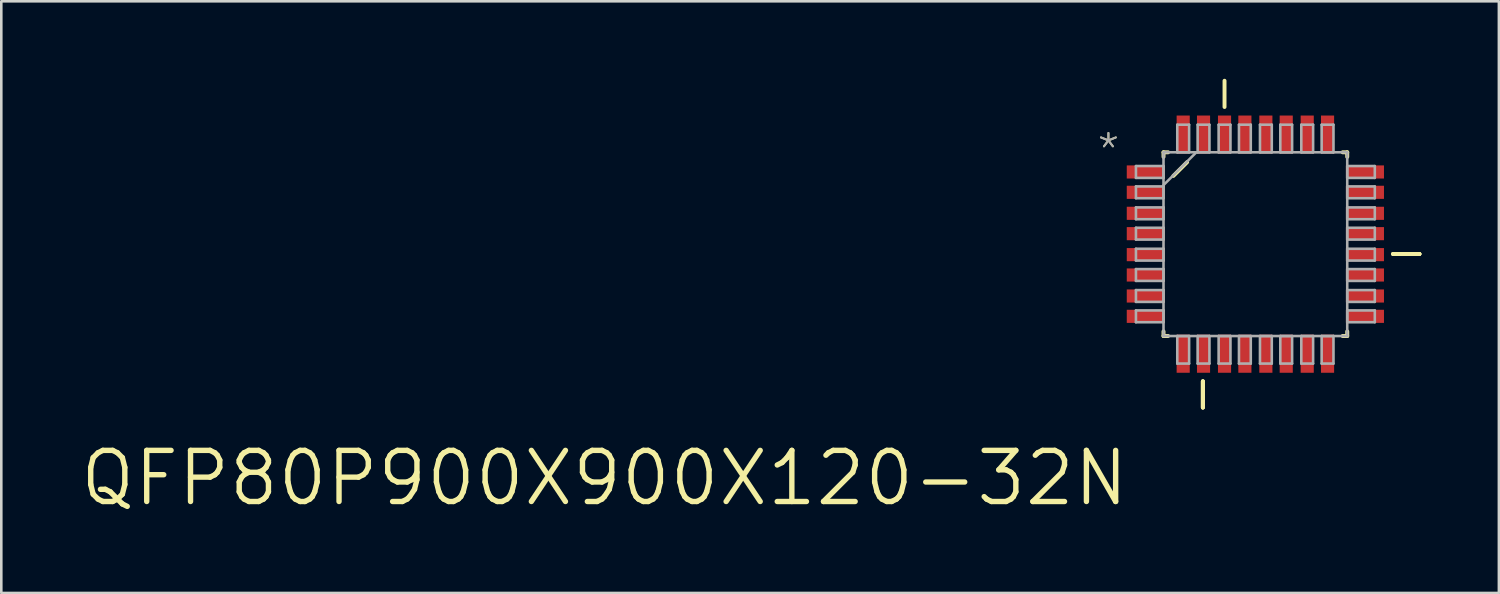
<source format=kicad_pcb>
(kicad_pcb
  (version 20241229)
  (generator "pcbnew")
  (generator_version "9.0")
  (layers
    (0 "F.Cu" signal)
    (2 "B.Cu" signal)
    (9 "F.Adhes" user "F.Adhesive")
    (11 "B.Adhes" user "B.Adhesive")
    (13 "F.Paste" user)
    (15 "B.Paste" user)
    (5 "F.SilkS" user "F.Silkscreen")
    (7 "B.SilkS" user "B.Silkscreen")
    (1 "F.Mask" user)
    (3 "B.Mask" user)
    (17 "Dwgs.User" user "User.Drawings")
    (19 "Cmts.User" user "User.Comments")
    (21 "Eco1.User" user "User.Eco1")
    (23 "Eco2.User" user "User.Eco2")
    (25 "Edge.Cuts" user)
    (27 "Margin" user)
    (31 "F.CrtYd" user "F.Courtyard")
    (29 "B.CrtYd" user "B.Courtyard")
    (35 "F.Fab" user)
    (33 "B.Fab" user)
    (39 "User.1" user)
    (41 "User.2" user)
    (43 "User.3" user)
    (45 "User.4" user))
  (footprint "QFP80P900X900X120-32N"
    (layer "F.Cu")
    (at 45.545 6.401)
    (property "Reference" "QFP80P900X900X120-32N" (at -4.801 7.899 0) (layer "F.SilkS") (effects (font (size 1.979 1.979) (thickness 0.208)) (justify right top)))
    (attr through_hole)
    (fp_line (start -3.556 -3.556) (end -3.556 -3.378) (stroke (width 0.152) (type solid)) (layer "F.SilkS"))
    (fp_line (start -3.556 3.378) (end -3.556 3.556) (stroke (width 0.152) (type solid)) (layer "F.SilkS"))
    (fp_line (start -3.556 3.556) (end -3.378 3.556) (stroke (width 0.152) (type solid)) (layer "F.SilkS"))
    (fp_line (start -3.378 -3.556) (end -3.556 -3.556) (stroke (width 0.152) (type solid)) (layer "F.SilkS"))
    (fp_line (start -3.175 -2.642) (end -2.642 -3.175) (stroke (width 0.152) (type solid)) (layer "F.SilkS"))
    (fp_line (start -2.032 6.325) (end -2.032 5.309) (stroke (width 0.152) (type solid)) (layer "F.SilkS"))
    (fp_line (start -2.032 6.325) (end -2.032 5.309) (stroke (width 0.152) (type solid)) (layer "F.SilkS"))
    (fp_line (start -2.032 6.325) (end -2.032 5.309) (stroke (width 0.152) (type solid)) (layer "F.SilkS"))
    (fp_line (start -1.194 -5.309) (end -1.194 -6.325) (stroke (width 0.152) (type solid)) (layer "F.SilkS"))
    (fp_line (start 3.378 3.556) (end 3.556 3.556) (stroke (width 0.152) (type solid)) (layer "F.SilkS"))
    (fp_line (start 3.556 -3.556) (end 3.378 -3.556) (stroke (width 0.152) (type solid)) (layer "F.SilkS"))
    (fp_line (start 3.556 -3.378) (end 3.556 -3.556) (stroke (width 0.152) (type solid)) (layer "F.SilkS"))
    (fp_line (start 3.556 3.556) (end 3.556 3.378) (stroke (width 0.152) (type solid)) (layer "F.SilkS"))
    (fp_line (start 5.334 0.381) (end 6.35 0.381) (stroke (width 0.152) (type solid)) (layer "F.SilkS"))
    (fp_line (start 5.334 0.381) (end 6.35 0.381) (stroke (width 0.152) (type solid)) (layer "F.SilkS"))
    (fp_line (start 5.334 0.381) (end 6.35 0.381) (stroke (width 0.152) (type solid)) (layer "F.SilkS"))
    (fp_line (start 5.334 0.381) (end 6.35 0.381) (stroke (width 0.152) (type solid)) (layer "F.SilkS"))
    (fp_line (start -4.623 -3.023) (end -4.623 -2.565) (stroke (width 0.1) (type solid)) (layer "F.Fab"))
    (fp_line (start -4.623 -2.565) (end -3.556 -2.565) (stroke (width 0.1) (type solid)) (layer "F.Fab"))
    (fp_line (start -4.623 -2.235) (end -4.623 -1.778) (stroke (width 0.1) (type solid)) (layer "F.Fab"))
    (fp_line (start -4.623 -1.778) (end -3.556 -1.778) (stroke (width 0.1) (type solid)) (layer "F.Fab"))
    (fp_line (start -4.623 -1.422) (end -4.623 -0.965) (stroke (width 0.1) (type solid)) (layer "F.Fab"))
    (fp_line (start -4.623 -0.965) (end -3.556 -0.965) (stroke (width 0.1) (type solid)) (layer "F.Fab"))
    (fp_line (start -4.623 -0.635) (end -4.623 -0.178) (stroke (width 0.1) (type solid)) (layer "F.Fab"))
    (fp_line (start -4.623 -0.178) (end -3.556 -0.178) (stroke (width 0.1) (type solid)) (layer "F.Fab"))
    (fp_line (start -4.623 0.178) (end -4.623 0.635) (stroke (width 0.1) (type solid)) (layer "F.Fab"))
    (fp_line (start -4.623 0.635) (end -3.556 0.635) (stroke (width 0.1) (type solid)) (layer "F.Fab"))
    (fp_line (start -4.623 0.965) (end -4.623 1.422) (stroke (width 0.1) (type solid)) (layer "F.Fab"))
    (fp_line (start -4.623 1.422) (end -3.556 1.422) (stroke (width 0.1) (type solid)) (layer "F.Fab"))
    (fp_line (start -4.623 1.778) (end -4.623 2.235) (stroke (width 0.1) (type solid)) (layer "F.Fab"))
    (fp_line (start -4.623 2.235) (end -3.556 2.235) (stroke (width 0.1) (type solid)) (layer "F.Fab"))
    (fp_line (start -4.623 2.565) (end -4.623 3.023) (stroke (width 0.1) (type solid)) (layer "F.Fab"))
    (fp_line (start -4.623 3.023) (end -3.556 3.023) (stroke (width 0.1) (type solid)) (layer "F.Fab"))
    (fp_line (start -3.556 -3.556) (end -3.556 3.556) (stroke (width 0.1) (type solid)) (layer "F.Fab"))
    (fp_line (start -3.556 -3.023) (end -4.623 -3.023) (stroke (width 0.1) (type solid)) (layer "F.Fab"))
    (fp_line (start -3.556 -2.565) (end -3.556 -3.023) (stroke (width 0.1) (type solid)) (layer "F.Fab"))
    (fp_line (start -3.556 -2.286) (end -2.286 -3.556) (stroke (width 0.1) (type solid)) (layer "F.Fab"))
    (fp_line (start -3.556 -2.235) (end -4.623 -2.235) (stroke (width 0.1) (type solid)) (layer "F.Fab"))
    (fp_line (start -3.556 -1.778) (end -3.556 -2.235) (stroke (width 0.1) (type solid)) (layer "F.Fab"))
    (fp_line (start -3.556 -1.422) (end -4.623 -1.422) (stroke (width 0.1) (type solid)) (layer "F.Fab"))
    (fp_line (start -3.556 -0.965) (end -3.556 -1.422) (stroke (width 0.1) (type solid)) (layer "F.Fab"))
    (fp_line (start -3.556 -0.635) (end -4.623 -0.635) (stroke (width 0.1) (type solid)) (layer "F.Fab"))
    (fp_line (start -3.556 -0.178) (end -3.556 -0.635) (stroke (width 0.1) (type solid)) (layer "F.Fab"))
    (fp_line (start -3.556 0.178) (end -4.623 0.178) (stroke (width 0.1) (type solid)) (layer "F.Fab"))
    (fp_line (start -3.556 0.635) (end -3.556 0.178) (stroke (width 0.1) (type solid)) (layer "F.Fab"))
    (fp_line (start -3.556 0.965) (end -4.623 0.965) (stroke (width 0.1) (type solid)) (layer "F.Fab"))
    (fp_line (start -3.556 1.422) (end -3.556 0.965) (stroke (width 0.1) (type solid)) (layer "F.Fab"))
    (fp_line (start -3.556 1.778) (end -4.623 1.778) (stroke (width 0.1) (type solid)) (layer "F.Fab"))
    (fp_line (start -3.556 2.235) (end -3.556 1.778) (stroke (width 0.1) (type solid)) (layer "F.Fab"))
    (fp_line (start -3.556 2.565) (end -4.623 2.565) (stroke (width 0.1) (type solid)) (layer "F.Fab"))
    (fp_line (start -3.556 3.023) (end -3.556 2.565) (stroke (width 0.1) (type solid)) (layer "F.Fab"))
    (fp_line (start -3.556 3.556) (end 3.556 3.556) (stroke (width 0.1) (type solid)) (layer "F.Fab"))
    (fp_line (start -3.023 -4.623) (end -3.023 -3.556) (stroke (width 0.1) (type solid)) (layer "F.Fab"))
    (fp_line (start -3.023 -3.556) (end -2.565 -3.556) (stroke (width 0.1) (type solid)) (layer "F.Fab"))
    (fp_line (start -3.023 3.556) (end -3.023 4.623) (stroke (width 0.1) (type solid)) (layer "F.Fab"))
    (fp_line (start -3.023 4.623) (end -2.565 4.623) (stroke (width 0.1) (type solid)) (layer "F.Fab"))
    (fp_line (start -2.565 -4.623) (end -3.023 -4.623) (stroke (width 0.1) (type solid)) (layer "F.Fab"))
    (fp_line (start -2.565 -3.556) (end -2.565 -4.623) (stroke (width 0.1) (type solid)) (layer "F.Fab"))
    (fp_line (start -2.565 3.556) (end -3.023 3.556) (stroke (width 0.1) (type solid)) (layer "F.Fab"))
    (fp_line (start -2.565 4.623) (end -2.565 3.556) (stroke (width 0.1) (type solid)) (layer "F.Fab"))
    (fp_line (start -2.235 -4.623) (end -2.235 -3.556) (stroke (width 0.1) (type solid)) (layer "F.Fab"))
    (fp_line (start -2.235 -3.556) (end -1.778 -3.556) (stroke (width 0.1) (type solid)) (layer "F.Fab"))
    (fp_line (start -2.235 3.556) (end -2.235 4.623) (stroke (width 0.1) (type solid)) (layer "F.Fab"))
    (fp_line (start -2.235 4.623) (end -1.778 4.623) (stroke (width 0.1) (type solid)) (layer "F.Fab"))
    (fp_line (start -1.778 -4.623) (end -2.235 -4.623) (stroke (width 0.1) (type solid)) (layer "F.Fab"))
    (fp_line (start -1.778 -3.556) (end -1.778 -4.623) (stroke (width 0.1) (type solid)) (layer "F.Fab"))
    (fp_line (start -1.778 3.556) (end -2.235 3.556) (stroke (width 0.1) (type solid)) (layer "F.Fab"))
    (fp_line (start -1.778 4.623) (end -1.778 3.556) (stroke (width 0.1) (type solid)) (layer "F.Fab"))
    (fp_line (start -1.422 -4.623) (end -1.422 -3.556) (stroke (width 0.1) (type solid)) (layer "F.Fab"))
    (fp_line (start -1.422 -3.556) (end -0.965 -3.556) (stroke (width 0.1) (type solid)) (layer "F.Fab"))
    (fp_line (start -1.422 3.556) (end -1.422 4.623) (stroke (width 0.1) (type solid)) (layer "F.Fab"))
    (fp_line (start -1.422 4.623) (end -0.965 4.623) (stroke (width 0.1) (type solid)) (layer "F.Fab"))
    (fp_line (start -0.965 -4.623) (end -1.422 -4.623) (stroke (width 0.1) (type solid)) (layer "F.Fab"))
    (fp_line (start -0.965 -3.556) (end -0.965 -4.623) (stroke (width 0.1) (type solid)) (layer "F.Fab"))
    (fp_line (start -0.965 3.556) (end -1.422 3.556) (stroke (width 0.1) (type solid)) (layer "F.Fab"))
    (fp_line (start -0.965 4.623) (end -0.965 3.556) (stroke (width 0.1) (type solid)) (layer "F.Fab"))
    (fp_line (start -0.635 -4.623) (end -0.635 -3.556) (stroke (width 0.1) (type solid)) (layer "F.Fab"))
    (fp_line (start -0.635 -3.556) (end -0.178 -3.556) (stroke (width 0.1) (type solid)) (layer "F.Fab"))
    (fp_line (start -0.635 3.556) (end -0.635 4.623) (stroke (width 0.1) (type solid)) (layer "F.Fab"))
    (fp_line (start -0.635 4.623) (end -0.178 4.623) (stroke (width 0.1) (type solid)) (layer "F.Fab"))
    (fp_line (start -0.178 -4.623) (end -0.635 -4.623) (stroke (width 0.1) (type solid)) (layer "F.Fab"))
    (fp_line (start -0.178 -3.556) (end -0.178 -4.623) (stroke (width 0.1) (type solid)) (layer "F.Fab"))
    (fp_line (start -0.178 3.556) (end -0.635 3.556) (stroke (width 0.1) (type solid)) (layer "F.Fab"))
    (fp_line (start -0.178 4.623) (end -0.178 3.556) (stroke (width 0.1) (type solid)) (layer "F.Fab"))
    (fp_line (start 0.178 -4.623) (end 0.178 -3.556) (stroke (width 0.1) (type solid)) (layer "F.Fab"))
    (fp_line (start 0.178 -3.556) (end 0.635 -3.556) (stroke (width 0.1) (type solid)) (layer "F.Fab"))
    (fp_line (start 0.178 3.556) (end 0.178 4.623) (stroke (width 0.1) (type solid)) (layer "F.Fab"))
    (fp_line (start 0.178 4.623) (end 0.635 4.623) (stroke (width 0.1) (type solid)) (layer "F.Fab"))
    (fp_line (start 0.635 -4.623) (end 0.178 -4.623) (stroke (width 0.1) (type solid)) (layer "F.Fab"))
    (fp_line (start 0.635 -3.556) (end 0.635 -4.623) (stroke (width 0.1) (type solid)) (layer "F.Fab"))
    (fp_line (start 0.635 3.556) (end 0.178 3.556) (stroke (width 0.1) (type solid)) (layer "F.Fab"))
    (fp_line (start 0.635 4.623) (end 0.635 3.556) (stroke (width 0.1) (type solid)) (layer "F.Fab"))
    (fp_line (start 0.965 -4.623) (end 0.965 -3.556) (stroke (width 0.1) (type solid)) (layer "F.Fab"))
    (fp_line (start 0.965 -3.556) (end 1.422 -3.556) (stroke (width 0.1) (type solid)) (layer "F.Fab"))
    (fp_line (start 0.965 3.556) (end 0.965 4.623) (stroke (width 0.1) (type solid)) (layer "F.Fab"))
    (fp_line (start 0.965 4.623) (end 1.422 4.623) (stroke (width 0.1) (type solid)) (layer "F.Fab"))
    (fp_line (start 1.422 -4.623) (end 0.965 -4.623) (stroke (width 0.1) (type solid)) (layer "F.Fab"))
    (fp_line (start 1.422 -3.556) (end 1.422 -4.623) (stroke (width 0.1) (type solid)) (layer "F.Fab"))
    (fp_line (start 1.422 3.556) (end 0.965 3.556) (stroke (width 0.1) (type solid)) (layer "F.Fab"))
    (fp_line (start 1.422 4.623) (end 1.422 3.556) (stroke (width 0.1) (type solid)) (layer "F.Fab"))
    (fp_line (start 1.778 -4.623) (end 1.778 -3.556) (stroke (width 0.1) (type solid)) (layer "F.Fab"))
    (fp_line (start 1.778 -3.556) (end 2.235 -3.556) (stroke (width 0.1) (type solid)) (layer "F.Fab"))
    (fp_line (start 1.778 3.556) (end 1.778 4.623) (stroke (width 0.1) (type solid)) (layer "F.Fab"))
    (fp_line (start 1.778 4.623) (end 2.235 4.623) (stroke (width 0.1) (type solid)) (layer "F.Fab"))
    (fp_line (start 2.235 -4.623) (end 1.778 -4.623) (stroke (width 0.1) (type solid)) (layer "F.Fab"))
    (fp_line (start 2.235 -3.556) (end 2.235 -4.623) (stroke (width 0.1) (type solid)) (layer "F.Fab"))
    (fp_line (start 2.235 3.556) (end 1.778 3.556) (stroke (width 0.1) (type solid)) (layer "F.Fab"))
    (fp_line (start 2.235 4.623) (end 2.235 3.556) (stroke (width 0.1) (type solid)) (layer "F.Fab"))
    (fp_line (start 2.565 -4.623) (end 2.565 -3.556) (stroke (width 0.1) (type solid)) (layer "F.Fab"))
    (fp_line (start 2.565 -3.556) (end 3.023 -3.556) (stroke (width 0.1) (type solid)) (layer "F.Fab"))
    (fp_line (start 2.565 3.556) (end 2.565 4.623) (stroke (width 0.1) (type solid)) (layer "F.Fab"))
    (fp_line (start 2.565 4.623) (end 3.023 4.623) (stroke (width 0.1) (type solid)) (layer "F.Fab"))
    (fp_line (start 3.023 -4.623) (end 2.565 -4.623) (stroke (width 0.1) (type solid)) (layer "F.Fab"))
    (fp_line (start 3.023 -3.556) (end 3.023 -4.623) (stroke (width 0.1) (type solid)) (layer "F.Fab"))
    (fp_line (start 3.023 3.556) (end 2.565 3.556) (stroke (width 0.1) (type solid)) (layer "F.Fab"))
    (fp_line (start 3.023 4.623) (end 3.023 3.556) (stroke (width 0.1) (type solid)) (layer "F.Fab"))
    (fp_line (start 3.556 -3.556) (end -3.556 -3.556) (stroke (width 0.1) (type solid)) (layer "F.Fab"))
    (fp_line (start 3.556 -3.023) (end 3.556 -2.565) (stroke (width 0.1) (type solid)) (layer "F.Fab"))
    (fp_line (start 3.556 -2.565) (end 4.623 -2.565) (stroke (width 0.1) (type solid)) (layer "F.Fab"))
    (fp_line (start 3.556 -2.235) (end 3.556 -1.778) (stroke (width 0.1) (type solid)) (layer "F.Fab"))
    (fp_line (start 3.556 -1.778) (end 4.623 -1.778) (stroke (width 0.1) (type solid)) (layer "F.Fab"))
    (fp_line (start 3.556 -1.422) (end 3.556 -0.965) (stroke (width 0.1) (type solid)) (layer "F.Fab"))
    (fp_line (start 3.556 -0.965) (end 4.623 -0.965) (stroke (width 0.1) (type solid)) (layer "F.Fab"))
    (fp_line (start 3.556 -0.635) (end 3.556 -0.178) (stroke (width 0.1) (type solid)) (layer "F.Fab"))
    (fp_line (start 3.556 -0.178) (end 4.623 -0.178) (stroke (width 0.1) (type solid)) (layer "F.Fab"))
    (fp_line (start 3.556 0.178) (end 3.556 0.635) (stroke (width 0.1) (type solid)) (layer "F.Fab"))
    (fp_line (start 3.556 0.635) (end 4.623 0.635) (stroke (width 0.1) (type solid)) (layer "F.Fab"))
    (fp_line (start 3.556 0.965) (end 3.556 1.422) (stroke (width 0.1) (type solid)) (layer "F.Fab"))
    (fp_line (start 3.556 1.422) (end 4.623 1.422) (stroke (width 0.1) (type solid)) (layer "F.Fab"))
    (fp_line (start 3.556 1.778) (end 3.556 2.235) (stroke (width 0.1) (type solid)) (layer "F.Fab"))
    (fp_line (start 3.556 2.235) (end 4.623 2.235) (stroke (width 0.1) (type solid)) (layer "F.Fab"))
    (fp_line (start 3.556 2.565) (end 3.556 3.023) (stroke (width 0.1) (type solid)) (layer "F.Fab"))
    (fp_line (start 3.556 3.023) (end 4.623 3.023) (stroke (width 0.1) (type solid)) (layer "F.Fab"))
    (fp_line (start 3.556 3.556) (end 3.556 -3.556) (stroke (width 0.1) (type solid)) (layer "F.Fab"))
    (fp_line (start 4.623 -3.023) (end 3.556 -3.023) (stroke (width 0.1) (type solid)) (layer "F.Fab"))
    (fp_line (start 4.623 -2.565) (end 4.623 -3.023) (stroke (width 0.1) (type solid)) (layer "F.Fab"))
    (fp_line (start 4.623 -2.235) (end 3.556 -2.235) (stroke (width 0.1) (type solid)) (layer "F.Fab"))
    (fp_line (start 4.623 -1.778) (end 4.623 -2.235) (stroke (width 0.1) (type solid)) (layer "F.Fab"))
    (fp_line (start 4.623 -1.422) (end 3.556 -1.422) (stroke (width 0.1) (type solid)) (layer "F.Fab"))
    (fp_line (start 4.623 -0.965) (end 4.623 -1.422) (stroke (width 0.1) (type solid)) (layer "F.Fab"))
    (fp_line (start 4.623 -0.635) (end 3.556 -0.635) (stroke (width 0.1) (type solid)) (layer "F.Fab"))
    (fp_line (start 4.623 -0.178) (end 4.623 -0.635) (stroke (width 0.1) (type solid)) (layer "F.Fab"))
    (fp_line (start 4.623 0.178) (end 3.556 0.178) (stroke (width 0.1) (type solid)) (layer "F.Fab"))
    (fp_line (start 4.623 0.635) (end 4.623 0.178) (stroke (width 0.1) (type solid)) (layer "F.Fab"))
    (fp_line (start 4.623 0.965) (end 3.556 0.965) (stroke (width 0.1) (type solid)) (layer "F.Fab"))
    (fp_line (start 4.623 1.422) (end 4.623 0.965) (stroke (width 0.1) (type solid)) (layer "F.Fab"))
    (fp_line (start 4.623 1.778) (end 3.556 1.778) (stroke (width 0.1) (type solid)) (layer "F.Fab"))
    (fp_line (start 4.623 2.235) (end 4.623 1.778) (stroke (width 0.1) (type solid)) (layer "F.Fab"))
    (fp_line (start 4.623 2.565) (end 3.556 2.565) (stroke (width 0.1) (type solid)) (layer "F.Fab"))
    (fp_line (start 4.623 3.023) (end 4.623 2.565) (stroke (width 0.1) (type solid)) (layer "F.Fab"))
    (fp_text user "*" (at -6.198 -2.946 0) (layer "F.SilkS") (effects (font (size 1.206 1.206) (thickness 0.076)) (justify left bottom)))
    (fp_text user "*" (at -6.198 -2.946 0) (layer "F.Fab") (effects (font (size 1.206 1.206) (thickness 0.076)) (justify left bottom)))
    (pad "1" smd rect (at -4.242 -2.794 270) (size 0.508 1.473) (layers "F.Cu" "F.Mask" "F.Paste"))
    (pad "2" smd rect (at -4.242 -2.007 270) (size 0.508 1.473) (layers "F.Cu" "F.Mask" "F.Paste"))
    (pad "3" smd rect (at -4.242 -1.194 270) (size 0.508 1.473) (layers "F.Cu" "F.Mask" "F.Paste"))
    (pad "4" smd rect (at -4.242 -0.406 270) (size 0.508 1.473) (layers "F.Cu" "F.Mask" "F.Paste"))
    (pad "5" smd rect (at -4.242 0.406 270) (size 0.508 1.473) (layers "F.Cu" "F.Mask" "F.Paste"))
    (pad "6" smd rect (at -4.242 1.194 270) (size 0.508 1.473) (layers "F.Cu" "F.Mask" "F.Paste"))
    (pad "7" smd rect (at -4.242 2.007 270) (size 0.508 1.473) (layers "F.Cu" "F.Mask" "F.Paste"))
    (pad "8" smd rect (at -4.242 2.794 270) (size 0.508 1.473) (layers "F.Cu" "F.Mask" "F.Paste"))
    (pad "9" smd rect (at -2.794 4.242 180) (size 0.508 1.473) (layers "F.Cu" "F.Mask" "F.Paste"))
    (pad "10" smd rect (at -2.007 4.242 180) (size 0.508 1.473) (layers "F.Cu" "F.Mask" "F.Paste"))
    (pad "11" smd rect (at -1.194 4.242 180) (size 0.508 1.473) (layers "F.Cu" "F.Mask" "F.Paste"))
    (pad "12" smd rect (at -0.406 4.242 180) (size 0.508 1.473) (layers "F.Cu" "F.Mask" "F.Paste"))
    (pad "13" smd rect (at 0.406 4.242 180) (size 0.508 1.473) (layers "F.Cu" "F.Mask" "F.Paste"))
    (pad "14" smd rect (at 1.194 4.242 180) (size 0.508 1.473) (layers "F.Cu" "F.Mask" "F.Paste"))
    (pad "15" smd rect (at 2.007 4.242 180) (size 0.508 1.473) (layers "F.Cu" "F.Mask" "F.Paste"))
    (pad "16" smd rect (at 2.794 4.242 180) (size 0.508 1.473) (layers "F.Cu" "F.Mask" "F.Paste"))
    (pad "17" smd rect (at 4.242 2.794 270) (size 0.508 1.473) (layers "F.Cu" "F.Mask" "F.Paste"))
    (pad "18" smd rect (at 4.242 2.007 270) (size 0.508 1.473) (layers "F.Cu" "F.Mask" "F.Paste"))
    (pad "19" smd rect (at 4.242 1.194 270) (size 0.508 1.473) (layers "F.Cu" "F.Mask" "F.Paste"))
    (pad "20" smd rect (at 4.242 0.406 270) (size 0.508 1.473) (layers "F.Cu" "F.Mask" "F.Paste"))
    (pad "21" smd rect (at 4.242 -0.406 270) (size 0.508 1.473) (layers "F.Cu" "F.Mask" "F.Paste"))
    (pad "22" smd rect (at 4.242 -1.194 270) (size 0.508 1.473) (layers "F.Cu" "F.Mask" "F.Paste"))
    (pad "23" smd rect (at 4.242 -2.007 270) (size 0.508 1.473) (layers "F.Cu" "F.Mask" "F.Paste"))
    (pad "24" smd rect (at 4.242 -2.794 270) (size 0.508 1.473) (layers "F.Cu" "F.Mask" "F.Paste"))
    (pad "25" smd rect (at 2.794 -4.242 180) (size 0.508 1.473) (layers "F.Cu" "F.Mask" "F.Paste"))
    (pad "26" smd rect (at 2.007 -4.242 180) (size 0.508 1.473) (layers "F.Cu" "F.Mask" "F.Paste"))
    (pad "27" smd rect (at 1.194 -4.242 180) (size 0.508 1.473) (layers "F.Cu" "F.Mask" "F.Paste"))
    (pad "28" smd rect (at 0.406 -4.242 180) (size 0.508 1.473) (layers "F.Cu" "F.Mask" "F.Paste"))
    (pad "29" smd rect (at -0.406 -4.242 180) (size 0.508 1.473) (layers "F.Cu" "F.Mask" "F.Paste"))
    (pad "30" smd rect (at -1.194 -4.242 180) (size 0.508 1.473) (layers "F.Cu" "F.Mask" "F.Paste"))
    (pad "31" smd rect (at -2.007 -4.242 180) (size 0.508 1.473) (layers "F.Cu" "F.Mask" "F.Paste"))
    (pad "32" smd rect (at -2.794 -4.242 180) (size 0.508 1.473) (layers "F.Cu" "F.Mask" "F.Paste")))
  (gr_rect
    (start -3 -3)
    (end 54.971 19.904)
    (stroke (width 0.1) (type default))
    (fill no)
    (layer "Edge.Cuts")))
</source>
